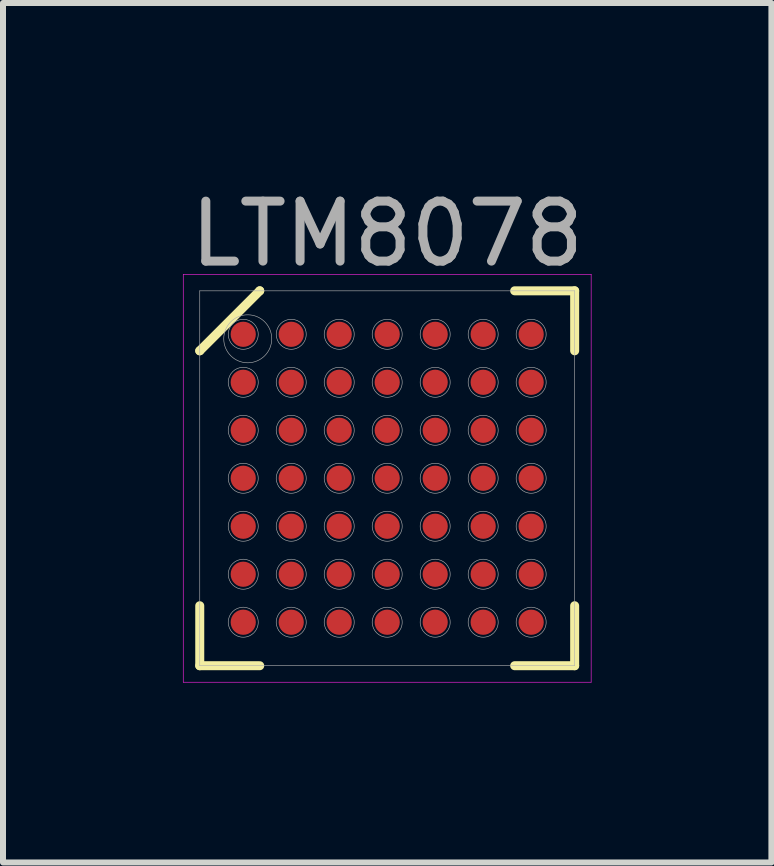
<source format=kicad_pcb>
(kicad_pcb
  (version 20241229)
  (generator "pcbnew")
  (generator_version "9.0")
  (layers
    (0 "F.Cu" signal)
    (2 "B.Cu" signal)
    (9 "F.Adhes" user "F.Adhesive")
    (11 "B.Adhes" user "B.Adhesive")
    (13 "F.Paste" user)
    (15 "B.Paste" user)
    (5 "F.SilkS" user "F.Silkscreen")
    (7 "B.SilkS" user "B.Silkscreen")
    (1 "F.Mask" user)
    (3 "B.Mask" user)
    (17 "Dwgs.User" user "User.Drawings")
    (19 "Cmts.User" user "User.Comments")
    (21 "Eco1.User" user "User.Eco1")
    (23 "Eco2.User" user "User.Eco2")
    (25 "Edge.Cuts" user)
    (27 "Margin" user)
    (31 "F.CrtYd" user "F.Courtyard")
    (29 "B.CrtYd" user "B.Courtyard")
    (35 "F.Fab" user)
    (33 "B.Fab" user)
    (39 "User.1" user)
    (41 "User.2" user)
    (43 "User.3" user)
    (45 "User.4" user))
  (footprint "LTM8078"
    (layer "F.Cu")
    (at 3.405 4.923)
    (property "Reference" "LTM8078" (at 0 -4.075 0) (layer "F.Fab") (effects (font (size 1 1) (thickness 0.15))))
    (attr through_hole)
    (fp_line (start -3.125 -2.125) (end -3.125 -2.125) (stroke (width 0.15) (type solid)) (layer "F.SilkS"))
    (fp_line (start -3.125 -2.125) (end -2.125 -3.125) (stroke (width 0.15) (type solid)) (layer "F.SilkS"))
    (fp_line (start -3.125 3.125) (end -3.125 2.125) (stroke (width 0.15) (type solid)) (layer "F.SilkS"))
    (fp_line (start -2.125 -3.125) (end -2.125 -3.125) (stroke (width 0.15) (type solid)) (layer "F.SilkS"))
    (fp_line (start -2.125 3.125) (end -3.125 3.125) (stroke (width 0.15) (type solid)) (layer "F.SilkS"))
    (fp_line (start 2.125 -3.125) (end 3.125 -3.125) (stroke (width 0.15) (type solid)) (layer "F.SilkS"))
    (fp_line (start 2.125 3.125) (end 3.125 3.125) (stroke (width 0.15) (type solid)) (layer "F.SilkS"))
    (fp_line (start 3.125 -3.125) (end 3.125 -2.125) (stroke (width 0.15) (type solid)) (layer "F.SilkS"))
    (fp_line (start 3.125 3.125) (end 3.125 2.125) (stroke (width 0.15) (type solid)) (layer "F.SilkS"))
    (fp_line (start -3.4 -3.4) (end 3.4 -3.4) (stroke (width 0.01) (type solid)) (layer "F.CrtYd"))
    (fp_line (start -3.4 3.4) (end -3.4 -3.4) (stroke (width 0.01) (type solid)) (layer "F.CrtYd"))
    (fp_line (start 3.4 -3.4) (end 3.4 3.4) (stroke (width 0.01) (type solid)) (layer "F.CrtYd"))
    (fp_line (start 3.4 3.4) (end -3.4 3.4) (stroke (width 0.01) (type solid)) (layer "F.CrtYd"))
    (fp_line (start -3.125 -3.125) (end 3.125 -3.125) (stroke (width 0.01) (type solid)) (layer "F.Fab"))
    (fp_line (start -3.125 3.125) (end -3.125 -3.125) (stroke (width 0.01) (type solid)) (layer "F.Fab"))
    (fp_line (start 3.125 -3.125) (end 3.125 3.125) (stroke (width 0.01) (type solid)) (layer "F.Fab"))
    (fp_line (start 3.125 3.125) (end -3.125 3.125) (stroke (width 0.01) (type solid)) (layer "F.Fab"))
    (fp_circle (center -2.4 -2.4) (end -2.4 -2.15) (stroke (width 0.01) (type solid)) (fill no) (layer "F.Fab"))
    (fp_circle (center -2.4 -1.6) (end -2.4 -1.35) (stroke (width 0.01) (type solid)) (fill no) (layer "F.Fab"))
    (fp_circle (center -2.4 -0.8) (end -2.4 -0.55) (stroke (width 0.01) (type solid)) (fill no) (layer "F.Fab"))
    (fp_circle (center -2.4 0) (end -2.4 0.25) (stroke (width 0.01) (type solid)) (fill no) (layer "F.Fab"))
    (fp_circle (center -2.4 0.8) (end -2.4 1.05) (stroke (width 0.01) (type solid)) (fill no) (layer "F.Fab"))
    (fp_circle (center -2.4 1.6) (end -2.4 1.85) (stroke (width 0.01) (type solid)) (fill no) (layer "F.Fab"))
    (fp_circle (center -2.4 2.4) (end -2.4 2.65) (stroke (width 0.01) (type solid)) (fill no) (layer "F.Fab"))
    (fp_circle (center -2.325 -2.325) (end -2.325 -1.925) (stroke (width 0.01) (type solid)) (fill no) (layer "F.Fab"))
    (fp_circle (center -1.6 -2.4) (end -1.6 -2.15) (stroke (width 0.01) (type solid)) (fill no) (layer "F.Fab"))
    (fp_circle (center -1.6 -1.6) (end -1.6 -1.35) (stroke (width 0.01) (type solid)) (fill no) (layer "F.Fab"))
    (fp_circle (center -1.6 -0.8) (end -1.6 -0.55) (stroke (width 0.01) (type solid)) (fill no) (layer "F.Fab"))
    (fp_circle (center -1.6 0) (end -1.6 0.25) (stroke (width 0.01) (type solid)) (fill no) (layer "F.Fab"))
    (fp_circle (center -1.6 0.8) (end -1.6 1.05) (stroke (width 0.01) (type solid)) (fill no) (layer "F.Fab"))
    (fp_circle (center -1.6 1.6) (end -1.6 1.85) (stroke (width 0.01) (type solid)) (fill no) (layer "F.Fab"))
    (fp_circle (center -1.6 2.4) (end -1.6 2.65) (stroke (width 0.01) (type solid)) (fill no) (layer "F.Fab"))
    (fp_circle (center -0.8 -2.4) (end -0.8 -2.15) (stroke (width 0.01) (type solid)) (fill no) (layer "F.Fab"))
    (fp_circle (center -0.8 -1.6) (end -0.8 -1.35) (stroke (width 0.01) (type solid)) (fill no) (layer "F.Fab"))
    (fp_circle (center -0.8 -0.8) (end -0.8 -0.55) (stroke (width 0.01) (type solid)) (fill no) (layer "F.Fab"))
    (fp_circle (center -0.8 0) (end -0.8 0.25) (stroke (width 0.01) (type solid)) (fill no) (layer "F.Fab"))
    (fp_circle (center -0.8 0.8) (end -0.8 1.05) (stroke (width 0.01) (type solid)) (fill no) (layer "F.Fab"))
    (fp_circle (center -0.8 1.6) (end -0.8 1.85) (stroke (width 0.01) (type solid)) (fill no) (layer "F.Fab"))
    (fp_circle (center -0.8 2.4) (end -0.8 2.65) (stroke (width 0.01) (type solid)) (fill no) (layer "F.Fab"))
    (fp_circle (center 0 -2.4) (end 0 -2.15) (stroke (width 0.01) (type solid)) (fill no) (layer "F.Fab"))
    (fp_circle (center 0 -1.6) (end 0 -1.35) (stroke (width 0.01) (type solid)) (fill no) (layer "F.Fab"))
    (fp_circle (center 0 -0.8) (end 0 -0.55) (stroke (width 0.01) (type solid)) (fill no) (layer "F.Fab"))
    (fp_circle (center 0 0) (end 0 0.25) (stroke (width 0.01) (type solid)) (fill no) (layer "F.Fab"))
    (fp_circle (center 0 0.8) (end 0 1.05) (stroke (width 0.01) (type solid)) (fill no) (layer "F.Fab"))
    (fp_circle (center 0 1.6) (end 0 1.85) (stroke (width 0.01) (type solid)) (fill no) (layer "F.Fab"))
    (fp_circle (center 0 2.4) (end 0 2.65) (stroke (width 0.01) (type solid)) (fill no) (layer "F.Fab"))
    (fp_circle (center 0.8 -2.4) (end 0.8 -2.15) (stroke (width 0.01) (type solid)) (fill no) (layer "F.Fab"))
    (fp_circle (center 0.8 -1.6) (end 0.8 -1.35) (stroke (width 0.01) (type solid)) (fill no) (layer "F.Fab"))
    (fp_circle (center 0.8 -0.8) (end 0.8 -0.55) (stroke (width 0.01) (type solid)) (fill no) (layer "F.Fab"))
    (fp_circle (center 0.8 0) (end 0.8 0.25) (stroke (width 0.01) (type solid)) (fill no) (layer "F.Fab"))
    (fp_circle (center 0.8 0.8) (end 0.8 1.05) (stroke (width 0.01) (type solid)) (fill no) (layer "F.Fab"))
    (fp_circle (center 0.8 1.6) (end 0.8 1.85) (stroke (width 0.01) (type solid)) (fill no) (layer "F.Fab"))
    (fp_circle (center 0.8 2.4) (end 0.8 2.65) (stroke (width 0.01) (type solid)) (fill no) (layer "F.Fab"))
    (fp_circle (center 1.6 -2.4) (end 1.6 -2.15) (stroke (width 0.01) (type solid)) (fill no) (layer "F.Fab"))
    (fp_circle (center 1.6 -1.6) (end 1.6 -1.35) (stroke (width 0.01) (type solid)) (fill no) (layer "F.Fab"))
    (fp_circle (center 1.6 -0.8) (end 1.6 -0.55) (stroke (width 0.01) (type solid)) (fill no) (layer "F.Fab"))
    (fp_circle (center 1.6 0) (end 1.6 0.25) (stroke (width 0.01) (type solid)) (fill no) (layer "F.Fab"))
    (fp_circle (center 1.6 0.8) (end 1.6 1.05) (stroke (width 0.01) (type solid)) (fill no) (layer "F.Fab"))
    (fp_circle (center 1.6 1.6) (end 1.6 1.85) (stroke (width 0.01) (type solid)) (fill no) (layer "F.Fab"))
    (fp_circle (center 1.6 2.4) (end 1.6 2.65) (stroke (width 0.01) (type solid)) (fill no) (layer "F.Fab"))
    (fp_circle (center 2.4 -2.4) (end 2.4 -2.15) (stroke (width 0.01) (type solid)) (fill no) (layer "F.Fab"))
    (fp_circle (center 2.4 -1.6) (end 2.4 -1.35) (stroke (width 0.01) (type solid)) (fill no) (layer "F.Fab"))
    (fp_circle (center 2.4 -0.8) (end 2.4 -0.55) (stroke (width 0.01) (type solid)) (fill no) (layer "F.Fab"))
    (fp_circle (center 2.4 0) (end 2.4 0.25) (stroke (width 0.01) (type solid)) (fill no) (layer "F.Fab"))
    (fp_circle (center 2.4 0.8) (end 2.4 1.05) (stroke (width 0.01) (type solid)) (fill no) (layer "F.Fab"))
    (fp_circle (center 2.4 1.6) (end 2.4 1.85) (stroke (width 0.01) (type solid)) (fill no) (layer "F.Fab"))
    (fp_circle (center 2.4 2.4) (end 2.4 2.65) (stroke (width 0.01) (type solid)) (fill no) (layer "F.Fab"))
    (pad "A1" smd circle (at -2.4 -2.4) (size 0.42 0.42) (layers "F.Cu" "F.Mask" "F.Paste"))
    (pad "A2" smd circle (at -1.6 -2.4) (size 0.42 0.42) (layers "F.Cu" "F.Mask" "F.Paste"))
    (pad "A3" smd circle (at -0.8 -2.4) (size 0.42 0.42) (layers "F.Cu" "F.Mask" "F.Paste"))
    (pad "A4" smd circle (at 0 -2.4) (size 0.42 0.42) (layers "F.Cu" "F.Mask" "F.Paste"))
    (pad "A5" smd circle (at 0.8 -2.4) (size 0.42 0.42) (layers "F.Cu" "F.Mask" "F.Paste"))
    (pad "A6" smd circle (at 1.6 -2.4) (size 0.42 0.42) (layers "F.Cu" "F.Mask" "F.Paste"))
    (pad "A7" smd circle (at 2.4 -2.4) (size 0.42 0.42) (layers "F.Cu" "F.Mask" "F.Paste"))
    (pad "B1" smd circle (at -2.4 -1.6) (size 0.42 0.42) (layers "F.Cu" "F.Mask" "F.Paste"))
    (pad "B2" smd circle (at -1.6 -1.6) (size 0.42 0.42) (layers "F.Cu" "F.Mask" "F.Paste"))
    (pad "B3" smd circle (at -0.8 -1.6) (size 0.42 0.42) (layers "F.Cu" "F.Mask" "F.Paste"))
    (pad "B4" smd circle (at 0 -1.6) (size 0.42 0.42) (layers "F.Cu" "F.Mask" "F.Paste"))
    (pad "B5" smd circle (at 0.8 -1.6) (size 0.42 0.42) (layers "F.Cu" "F.Mask" "F.Paste"))
    (pad "B6" smd circle (at 1.6 -1.6) (size 0.42 0.42) (layers "F.Cu" "F.Mask" "F.Paste"))
    (pad "B7" smd circle (at 2.4 -1.6) (size 0.42 0.42) (layers "F.Cu" "F.Mask" "F.Paste"))
    (pad "C1" smd circle (at -2.4 -0.8) (size 0.42 0.42) (layers "F.Cu" "F.Mask" "F.Paste"))
    (pad "C2" smd circle (at -1.6 -0.8) (size 0.42 0.42) (layers "F.Cu" "F.Mask" "F.Paste"))
    (pad "C3" smd circle (at -0.8 -0.8) (size 0.42 0.42) (layers "F.Cu" "F.Mask" "F.Paste"))
    (pad "C4" smd circle (at 0 -0.8) (size 0.42 0.42) (layers "F.Cu" "F.Mask" "F.Paste"))
    (pad "C5" smd circle (at 0.8 -0.8) (size 0.42 0.42) (layers "F.Cu" "F.Mask" "F.Paste"))
    (pad "C6" smd circle (at 1.6 -0.8) (size 0.42 0.42) (layers "F.Cu" "F.Mask" "F.Paste"))
    (pad "C7" smd circle (at 2.4 -0.8) (size 0.42 0.42) (layers "F.Cu" "F.Mask" "F.Paste"))
    (pad "D1" smd circle (at -2.4 0) (size 0.42 0.42) (layers "F.Cu" "F.Mask" "F.Paste"))
    (pad "D2" smd circle (at -1.6 0) (size 0.42 0.42) (layers "F.Cu" "F.Mask" "F.Paste"))
    (pad "D3" smd circle (at -0.8 0) (size 0.42 0.42) (layers "F.Cu" "F.Mask" "F.Paste"))
    (pad "D4" smd circle (at 0 0) (size 0.42 0.42) (layers "F.Cu" "F.Mask" "F.Paste"))
    (pad "D5" smd circle (at 0.8 0) (size 0.42 0.42) (layers "F.Cu" "F.Mask" "F.Paste"))
    (pad "D6" smd circle (at 1.6 0) (size 0.42 0.42) (layers "F.Cu" "F.Mask" "F.Paste"))
    (pad "D7" smd circle (at 2.4 0) (size 0.42 0.42) (layers "F.Cu" "F.Mask" "F.Paste"))
    (pad "E1" smd circle (at -2.4 0.8) (size 0.42 0.42) (layers "F.Cu" "F.Mask" "F.Paste"))
    (pad "E2" smd circle (at -1.6 0.8) (size 0.42 0.42) (layers "F.Cu" "F.Mask" "F.Paste"))
    (pad "E3" smd circle (at -0.8 0.8) (size 0.42 0.42) (layers "F.Cu" "F.Mask" "F.Paste"))
    (pad "E4" smd circle (at 0 0.8) (size 0.42 0.42) (layers "F.Cu" "F.Mask" "F.Paste"))
    (pad "E5" smd circle (at 0.8 0.8) (size 0.42 0.42) (layers "F.Cu" "F.Mask" "F.Paste"))
    (pad "E6" smd circle (at 1.6 0.8) (size 0.42 0.42) (layers "F.Cu" "F.Mask" "F.Paste"))
    (pad "E7" smd circle (at 2.4 0.8) (size 0.42 0.42) (layers "F.Cu" "F.Mask" "F.Paste"))
    (pad "F1" smd circle (at -2.4 1.6) (size 0.42 0.42) (layers "F.Cu" "F.Mask" "F.Paste"))
    (pad "F2" smd circle (at -1.6 1.6) (size 0.42 0.42) (layers "F.Cu" "F.Mask" "F.Paste"))
    (pad "F3" smd circle (at -0.8 1.6) (size 0.42 0.42) (layers "F.Cu" "F.Mask" "F.Paste"))
    (pad "F4" smd circle (at 0 1.6) (size 0.42 0.42) (layers "F.Cu" "F.Mask" "F.Paste"))
    (pad "F5" smd circle (at 0.8 1.6) (size 0.42 0.42) (layers "F.Cu" "F.Mask" "F.Paste"))
    (pad "F6" smd circle (at 1.6 1.6) (size 0.42 0.42) (layers "F.Cu" "F.Mask" "F.Paste"))
    (pad "F7" smd circle (at 2.4 1.6) (size 0.42 0.42) (layers "F.Cu" "F.Mask" "F.Paste"))
    (pad "G1" smd circle (at -2.4 2.4) (size 0.42 0.42) (layers "F.Cu" "F.Mask" "F.Paste"))
    (pad "G2" smd circle (at -1.6 2.4) (size 0.42 0.42) (layers "F.Cu" "F.Mask" "F.Paste"))
    (pad "G3" smd circle (at -0.8 2.4) (size 0.42 0.42) (layers "F.Cu" "F.Mask" "F.Paste"))
    (pad "G4" smd circle (at 0 2.4) (size 0.42 0.42) (layers "F.Cu" "F.Mask" "F.Paste"))
    (pad "G5" smd circle (at 0.8 2.4) (size 0.42 0.42) (layers "F.Cu" "F.Mask" "F.Paste"))
    (pad "G6" smd circle (at 1.6 2.4) (size 0.42 0.42) (layers "F.Cu" "F.Mask" "F.Paste"))
    (pad "G7" smd circle (at 2.4 2.4) (size 0.42 0.42) (layers "F.Cu" "F.Mask" "F.Paste")))
  (gr_rect
    (start -3 -3)
    (end 9.81 11.328)
    (stroke (width 0.1) (type default))
    (fill no)
    (layer "Edge.Cuts")))
</source>
